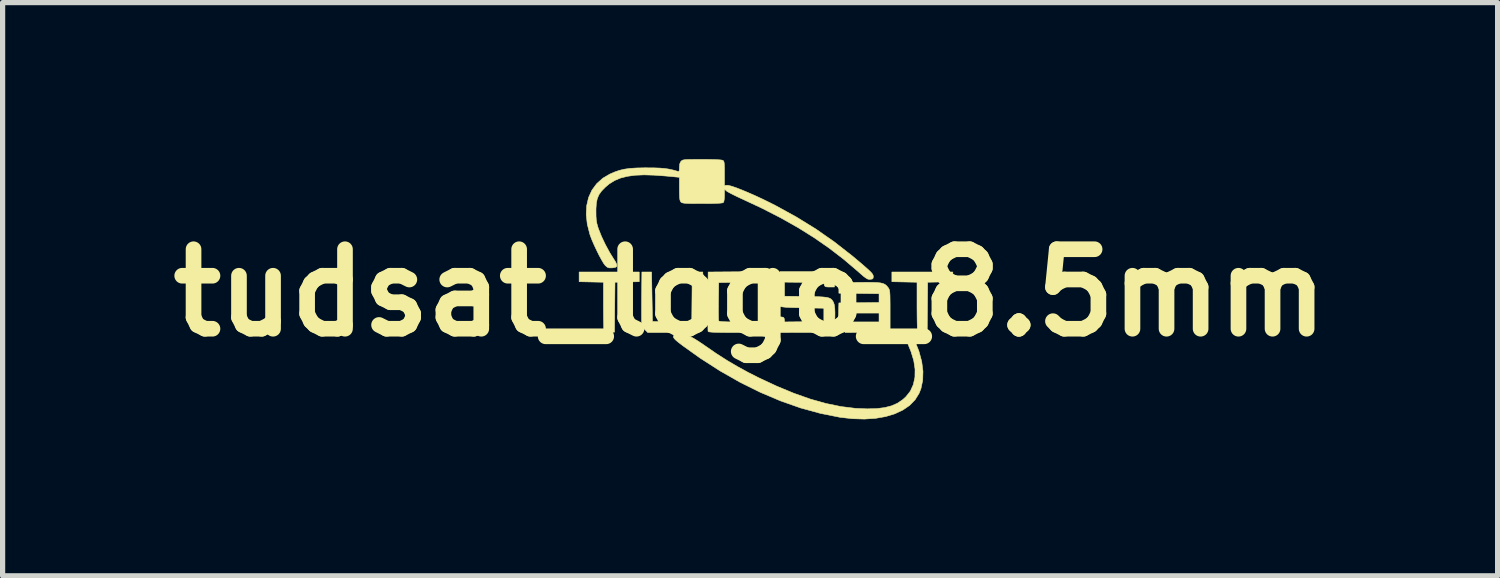
<source format=kicad_pcb>
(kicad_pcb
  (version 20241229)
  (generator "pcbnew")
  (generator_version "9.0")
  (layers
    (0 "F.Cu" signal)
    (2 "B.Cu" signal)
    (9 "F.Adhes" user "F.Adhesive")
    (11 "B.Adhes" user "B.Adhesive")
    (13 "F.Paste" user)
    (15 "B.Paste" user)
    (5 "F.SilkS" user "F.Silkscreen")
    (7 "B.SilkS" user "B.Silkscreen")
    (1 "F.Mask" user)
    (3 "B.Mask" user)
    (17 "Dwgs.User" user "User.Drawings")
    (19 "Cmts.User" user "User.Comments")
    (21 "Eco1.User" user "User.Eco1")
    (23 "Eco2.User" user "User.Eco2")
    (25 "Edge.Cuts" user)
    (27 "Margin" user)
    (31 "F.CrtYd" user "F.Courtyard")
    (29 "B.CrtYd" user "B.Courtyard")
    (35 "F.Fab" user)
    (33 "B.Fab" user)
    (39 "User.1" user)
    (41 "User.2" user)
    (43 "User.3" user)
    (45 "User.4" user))
  (footprint "tudsat_logo_8.5mm"
    (layer "F.Cu")
    (at 11.328 2.562)
    (property "Reference" "tudsat_logo_8.5mm" (at 0 0 0) (layer "F.SilkS") (effects (font (size 1.524 1.524) (thickness 0.3))))
    (attr through_hole)
    (fp_poly (pts (xy -2.125 -0.212) (xy -2.358 -0.207) (xy -2.59 -0.202) (xy -2.595 0.276) (xy -2.599 0.754) (xy -2.693 0.759) (xy -2.747 0.759) (xy -2.786 0.756) (xy -2.799 0.751) (xy -2.802 0.732) (xy -2.805 0.683) (xy -2.807 0.609) (xy -2.809 0.515) (xy -2.81 0.405) (xy -2.811 0.282) (xy -2.811 0.269) (xy -2.811 -0.202) (xy -3.044 -0.207) (xy -3.277 -0.212) (xy -3.277 -0.398) (xy -2.125 -0.398) (xy -2.125 -0.212)) (stroke (width 0.01) (type solid)) (fill yes) (layer "F.SilkS"))
    (fp_poly (pts (xy 3.886 -0.212) (xy 3.645 -0.207) (xy 3.404 -0.202) (xy 3.4 0.276) (xy 3.395 0.754) (xy 3.31 0.759) (xy 3.259 0.759) (xy 3.222 0.755) (xy 3.212 0.751) (xy 3.209 0.732) (xy 3.206 0.683) (xy 3.204 0.609) (xy 3.202 0.515) (xy 3.201 0.405) (xy 3.2 0.282) (xy 3.2 0.269) (xy 3.2 -0.202) (xy 2.959 -0.207) (xy 2.718 -0.212) (xy 2.718 -0.398) (xy 3.886 -0.398) (xy 3.886 -0.212)) (stroke (width 0.01) (type solid)) (fill yes) (layer "F.SilkS"))
    (fp_poly (pts (xy -1.88 0.076) (xy -1.871 0.55) (xy -1.495 0.555) (xy -1.118 0.559) (xy -1.109 -0.398) (xy -0.906 -0.398) (xy -0.901 0.051) (xy -0.899 0.207) (xy -0.899 0.333) (xy -0.9 0.432) (xy -0.903 0.51) (xy -0.909 0.568) (xy -0.917 0.613) (xy -0.929 0.646) (xy -0.944 0.672) (xy -0.963 0.696) (xy -0.973 0.706) (xy -1.03 0.762) (xy -1.962 0.762) (xy -2.014 0.71) (xy -2.049 0.669) (xy -2.072 0.63) (xy -2.075 0.621) (xy -2.077 0.595) (xy -2.079 0.54) (xy -2.08 0.46) (xy -2.08 0.36) (xy -2.08 0.245) (xy -2.079 0.12) (xy -2.079 0.093) (xy -2.074 -0.398) (xy -1.888 -0.398) (xy -1.88 0.076)) (stroke (width 0.01) (type solid)) (fill yes) (layer "F.SilkS"))
    (fp_poly (pts (xy 2.35 -0.199) (xy 2.435 -0.196) (xy 2.499 -0.189) (xy 2.547 -0.178) (xy 2.583 -0.162) (xy 2.612 -0.14) (xy 2.637 -0.111) (xy 2.649 -0.096) (xy 2.66 -0.079) (xy 2.668 -0.06) (xy 2.675 -0.033) (xy 2.679 0.005) (xy 2.682 0.059) (xy 2.683 0.134) (xy 2.684 0.234) (xy 2.684 0.353) (xy 2.684 0.754) (xy 1.826 0.763) (xy 1.77 0.706) (xy 1.737 0.667) (xy 1.715 0.621) (xy 1.701 0.562) (xy 1.695 0.484) (xy 1.696 0.389) (xy 1.913 0.389) (xy 1.913 0.559) (xy 2.472 0.559) (xy 2.472 0.389) (xy 1.913 0.389) (xy 1.696 0.389) (xy 1.696 0.38) (xy 1.697 0.347) (xy 1.702 0.195) (xy 2.472 0.186) (xy 2.472 0.018) (xy 1.702 0.008) (xy 1.702 -0.195) (xy 2.1 -0.199) (xy 2.239 -0.2) (xy 2.35 -0.199)) (stroke (width 0.01) (type solid)) (fill yes) (layer "F.SilkS"))
    (fp_poly (pts (xy 0.293 -0.349) (xy 0.343 -0.281) (xy 0.361 -0.226) (xy 0.366 -0.181) (xy 0.369 -0.11) (xy 0.371 -0.019) (xy 0.372 0.083) (xy 0.372 0.192) (xy 0.371 0.3) (xy 0.369 0.403) (xy 0.365 0.492) (xy 0.361 0.562) (xy 0.357 0.606) (xy 0.355 0.613) (xy 0.33 0.666) (xy 0.291 0.714) (xy 0.286 0.719) (xy 0.234 0.762) (xy -0.281 0.762) (xy -0.435 0.762) (xy -0.557 0.761) (xy -0.651 0.759) (xy -0.72 0.756) (xy -0.767 0.752) (xy -0.794 0.747) (xy -0.805 0.741) (xy -0.805 0.741) (xy -0.807 0.719) (xy -0.808 0.668) (xy -0.809 0.591) (xy -0.81 0.493) (xy -0.81 0.377) (xy -0.81 0.364) (xy -0.607 0.364) (xy -0.606 0.444) (xy -0.605 0.502) (xy -0.603 0.534) (xy -0.602 0.537) (xy -0.591 0.545) (xy -0.563 0.55) (xy -0.515 0.554) (xy -0.442 0.557) (xy -0.342 0.558) (xy -0.221 0.559) (xy 0.152 0.559) (xy 0.152 -0.204) (xy -0.601 -0.195) (xy -0.606 0.16) (xy -0.607 0.268) (xy -0.607 0.364) (xy -0.81 0.364) (xy -0.809 0.249) (xy -0.809 0.161) (xy -0.804 -0.398) (xy -0.284 -0.402) (xy 0.235 -0.407) (xy 0.293 -0.349)) (stroke (width 0.01) (type solid)) (fill yes) (layer "F.SilkS"))
    (fp_poly (pts (xy 3.082 0.794) (xy 3.114 0.835) (xy 3.151 0.906) (xy 3.153 0.91) (xy 3.236 1.119) (xy 3.29 1.318) (xy 3.314 1.505) (xy 3.309 1.678) (xy 3.275 1.838) (xy 3.24 1.927) (xy 3.163 2.051) (xy 3.058 2.159) (xy 2.928 2.248) (xy 2.774 2.32) (xy 2.599 2.373) (xy 2.404 2.407) (xy 2.191 2.421) (xy 1.963 2.414) (xy 1.722 2.387) (xy 1.719 2.386) (xy 1.348 2.312) (xy 0.969 2.208) (xy 0.585 2.073) (xy 0.198 1.909) (xy -0.19 1.717) (xy -0.575 1.498) (xy -0.956 1.253) (xy -1.284 1.019) (xy -1.363 0.959) (xy -1.418 0.914) (xy -1.451 0.881) (xy -1.467 0.857) (xy -1.47 0.84) (xy -1.463 0.82) (xy -1.444 0.808) (xy -1.404 0.802) (xy -1.361 0.799) (xy -1.295 0.8) (xy -1.233 0.81) (xy -1.168 0.831) (xy -1.095 0.866) (xy -1.009 0.918) (xy -0.904 0.988) (xy -0.868 1.013) (xy -0.652 1.162) (xy -0.448 1.293) (xy -0.246 1.412) (xy -0.034 1.528) (xy 0.161 1.627) (xy 0.51 1.79) (xy 0.841 1.927) (xy 1.155 2.038) (xy 1.455 2.122) (xy 1.741 2.181) (xy 2.016 2.215) (xy 2.244 2.225) (xy 2.426 2.22) (xy 2.58 2.201) (xy 2.712 2.167) (xy 2.827 2.116) (xy 2.927 2.048) (xy 2.986 1.994) (xy 3.072 1.886) (xy 3.129 1.76) (xy 3.16 1.618) (xy 3.162 1.464) (xy 3.137 1.299) (xy 3.084 1.126) (xy 3.048 1.038) (xy 3.012 0.945) (xy 2.999 0.87) (xy 3.007 0.817) (xy 3.022 0.796) (xy 3.053 0.782) (xy 3.082 0.794)) (stroke (width 0.01) (type solid)) (fill yes) (layer "F.SilkS"))
    (fp_poly (pts (xy 1.561 -0.34) (xy 1.599 -0.298) (xy 1.619 -0.265) (xy 1.624 -0.227) (xy 1.622 -0.192) (xy 1.617 -0.11) (xy 1.525 -0.11) (xy 1.471 -0.112) (xy 1.442 -0.118) (xy 1.428 -0.134) (xy 1.422 -0.152) (xy 1.412 -0.195) (xy 0.66 -0.204) (xy 0.66 0.066) (xy 1.071 0.071) (xy 1.21 0.073) (xy 1.32 0.076) (xy 1.404 0.081) (xy 1.467 0.088) (xy 1.513 0.1) (xy 1.545 0.115) (xy 1.569 0.137) (xy 1.588 0.164) (xy 1.601 0.188) (xy 1.615 0.234) (xy 1.624 0.303) (xy 1.627 0.385) (xy 1.626 0.472) (xy 1.621 0.553) (xy 1.61 0.62) (xy 1.596 0.663) (xy 1.594 0.665) (xy 1.576 0.692) (xy 1.558 0.714) (xy 1.537 0.731) (xy 1.508 0.743) (xy 1.467 0.751) (xy 1.411 0.757) (xy 1.335 0.76) (xy 1.236 0.761) (xy 1.108 0.761) (xy 1.035 0.761) (xy 0.572 0.762) (xy 0.516 0.706) (xy 0.471 0.647) (xy 0.449 0.575) (xy 0.448 0.569) (xy 0.444 0.515) (xy 0.449 0.478) (xy 0.453 0.472) (xy 0.478 0.463) (xy 0.525 0.46) (xy 0.561 0.46) (xy 0.614 0.465) (xy 0.642 0.473) (xy 0.653 0.491) (xy 0.657 0.513) (xy 0.663 0.559) (xy 1.038 0.555) (xy 1.414 0.55) (xy 1.414 0.296) (xy 0.999 0.288) (xy 0.863 0.285) (xy 0.756 0.282) (xy 0.675 0.277) (xy 0.614 0.27) (xy 0.57 0.261) (xy 0.538 0.248) (xy 0.514 0.23) (xy 0.494 0.206) (xy 0.478 0.185) (xy 0.463 0.146) (xy 0.451 0.082) (xy 0.443 0.004) (xy 0.44 -0.081) (xy 0.443 -0.163) (xy 0.448 -0.214) (xy 0.466 -0.281) (xy 0.503 -0.335) (xy 0.519 -0.351) (xy 0.578 -0.406) (xy 1.494 -0.406) (xy 1.561 -0.34)) (stroke (width 0.01) (type solid)) (fill yes) (layer "F.SilkS"))
    (fp_poly (pts (xy -0.797 -2.556) (xy -0.691 -2.554) (xy -0.608 -2.55) (xy -0.551 -2.545) (xy -0.524 -2.539) (xy -0.511 -2.53) (xy -0.502 -2.514) (xy -0.496 -2.485) (xy -0.493 -2.439) (xy -0.491 -2.369) (xy -0.491 -2.288) (xy -0.491 -2.054) (xy -0.45 -2.061) (xy -0.412 -2.058) (xy -0.348 -2.041) (xy -0.261 -2.011) (xy -0.156 -1.97) (xy -0.036 -1.92) (xy 0.096 -1.862) (xy 0.234 -1.798) (xy 0.377 -1.728) (xy 0.491 -1.67) (xy 0.883 -1.455) (xy 1.255 -1.226) (xy 1.612 -0.977) (xy 1.963 -0.703) (xy 2.159 -0.538) (xy 2.237 -0.469) (xy 2.293 -0.418) (xy 2.33 -0.38) (xy 2.351 -0.352) (xy 2.36 -0.328) (xy 2.362 -0.312) (xy 2.358 -0.278) (xy 2.34 -0.263) (xy 2.303 -0.258) (xy 2.278 -0.257) (xy 2.252 -0.264) (xy 2.222 -0.281) (xy 2.182 -0.31) (xy 2.127 -0.357) (xy 2.057 -0.419) (xy 1.791 -0.645) (xy 1.515 -0.857) (xy 1.225 -1.058) (xy 0.918 -1.25) (xy 0.588 -1.436) (xy 0.233 -1.618) (xy -0.147 -1.796) (xy -0.238 -1.838) (xy -0.32 -1.878) (xy -0.388 -1.913) (xy -0.435 -1.939) (xy -0.453 -1.952) (xy -0.491 -1.987) (xy -0.491 -1.869) (xy -0.494 -1.802) (xy -0.502 -1.752) (xy -0.511 -1.731) (xy -0.53 -1.723) (xy -0.572 -1.718) (xy -0.64 -1.714) (xy -0.735 -1.711) (xy -0.862 -1.71) (xy -0.915 -1.71) (xy -1.04 -1.71) (xy -1.135 -1.711) (xy -1.205 -1.713) (xy -1.254 -1.716) (xy -1.287 -1.721) (xy -1.308 -1.727) (xy -1.322 -1.736) (xy -1.327 -1.741) (xy -1.339 -1.76) (xy -1.347 -1.79) (xy -1.352 -1.836) (xy -1.354 -1.904) (xy -1.355 -1.992) (xy -1.355 -2.213) (xy -1.604 -2.237) (xy -1.832 -2.254) (xy -2.03 -2.26) (xy -2.203 -2.253) (xy -2.354 -2.232) (xy -2.484 -2.199) (xy -2.598 -2.151) (xy -2.699 -2.088) (xy -2.776 -2.023) (xy -2.847 -1.95) (xy -2.897 -1.88) (xy -2.929 -1.805) (xy -2.947 -1.718) (xy -2.954 -1.609) (xy -2.954 -1.558) (xy -2.953 -1.465) (xy -2.948 -1.394) (xy -2.938 -1.334) (xy -2.922 -1.274) (xy -2.907 -1.228) (xy -2.849 -1.082) (xy -2.775 -0.926) (xy -2.692 -0.773) (xy -2.622 -0.66) (xy -2.577 -0.589) (xy -2.555 -0.539) (xy -2.555 -0.507) (xy -2.58 -0.488) (xy -2.628 -0.479) (xy -2.648 -0.477) (xy -2.701 -0.477) (xy -2.736 -0.489) (xy -2.771 -0.518) (xy -2.778 -0.525) (xy -2.809 -0.567) (xy -2.848 -0.634) (xy -2.894 -0.718) (xy -2.941 -0.813) (xy -2.987 -0.911) (xy -3.029 -1.007) (xy -3.062 -1.092) (xy -3.072 -1.123) (xy -3.121 -1.316) (xy -3.141 -1.499) (xy -3.132 -1.67) (xy -3.096 -1.826) (xy -3.031 -1.968) (xy -2.94 -2.091) (xy -2.823 -2.196) (xy -2.687 -2.276) (xy -2.594 -2.316) (xy -2.504 -2.347) (xy -2.41 -2.369) (xy -2.304 -2.384) (xy -2.18 -2.392) (xy -2.032 -2.395) (xy -1.973 -2.395) (xy -1.836 -2.394) (xy -1.726 -2.39) (xy -1.634 -2.382) (xy -1.552 -2.37) (xy -1.472 -2.352) (xy -1.387 -2.328) (xy -1.384 -2.327) (xy -1.367 -2.326) (xy -1.358 -2.342) (xy -1.355 -2.382) (xy -1.355 -2.403) (xy -1.35 -2.467) (xy -1.332 -2.509) (xy -1.321 -2.523) (xy -1.308 -2.534) (xy -1.291 -2.543) (xy -1.265 -2.549) (xy -1.227 -2.553) (xy -1.171 -2.555) (xy -1.092 -2.556) (xy -0.987 -2.557) (xy -0.922 -2.557) (xy -0.797 -2.556)) (stroke (width 0.01) (type solid)) (fill yes) (layer "F.SilkS")))
  (gr_rect
    (start -3 -3)
    (end 25.657 7.988)
    (stroke (width 0.1) (type default))
    (fill no)
    (layer "Edge.Cuts")))
</source>
